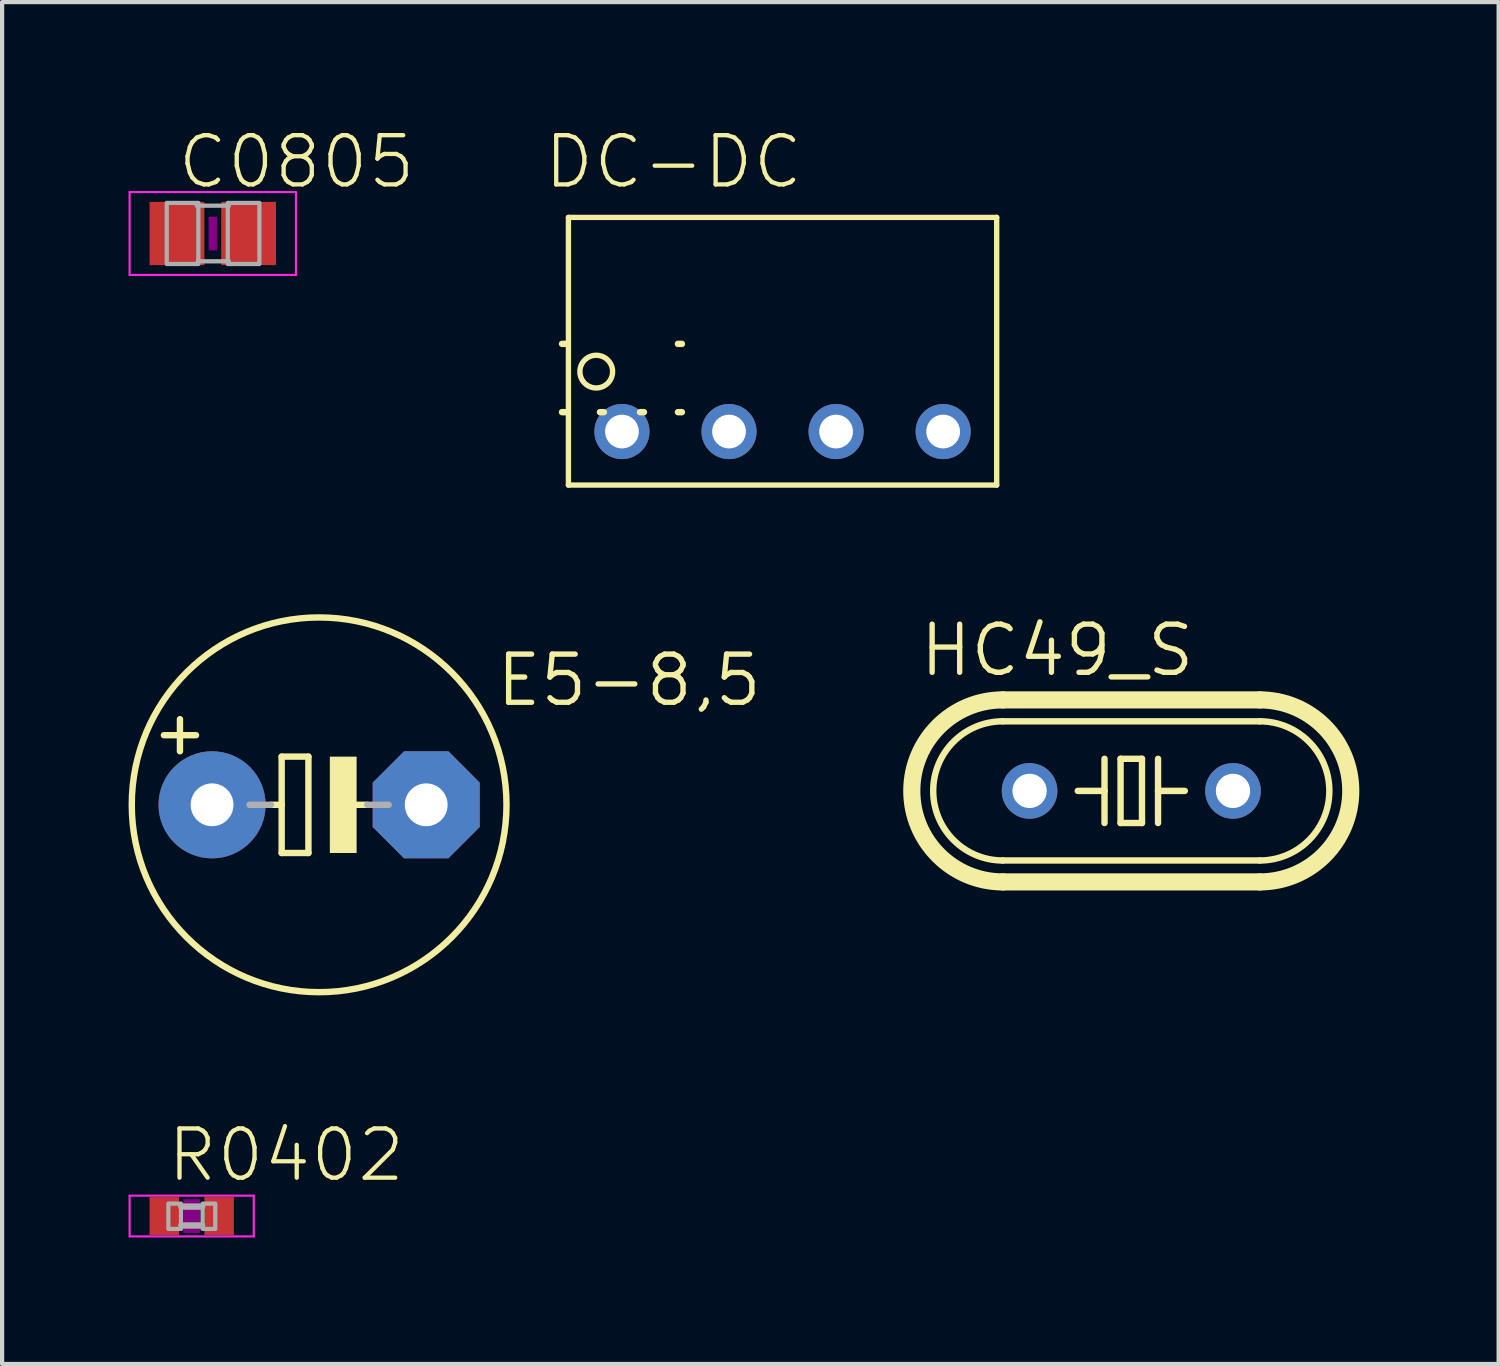
<source format=kicad_pcb>
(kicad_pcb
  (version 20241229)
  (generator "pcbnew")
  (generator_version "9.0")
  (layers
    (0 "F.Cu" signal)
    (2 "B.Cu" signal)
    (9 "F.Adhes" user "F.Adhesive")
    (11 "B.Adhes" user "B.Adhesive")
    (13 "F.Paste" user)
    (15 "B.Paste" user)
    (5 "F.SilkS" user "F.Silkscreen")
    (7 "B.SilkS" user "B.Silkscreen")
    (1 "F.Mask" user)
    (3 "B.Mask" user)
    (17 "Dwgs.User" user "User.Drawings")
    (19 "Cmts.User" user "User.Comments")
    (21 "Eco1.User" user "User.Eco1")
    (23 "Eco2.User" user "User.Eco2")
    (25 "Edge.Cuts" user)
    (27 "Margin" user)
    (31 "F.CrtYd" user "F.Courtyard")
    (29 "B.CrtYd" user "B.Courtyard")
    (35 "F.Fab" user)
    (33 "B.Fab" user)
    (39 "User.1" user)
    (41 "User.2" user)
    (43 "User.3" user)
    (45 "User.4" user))
  (footprint "DC-DC"
    (layer "F.Cu")
    (at 11.705 5.918)
    (property "Reference" "DC-DC" (at -1.905 -4.445 0) (unlocked yes) (layer "F.SilkS") (effects (font (size 1.168 1.168) (thickness 0.102)) (justify left bottom)))
    (fp_line (start -1.422 -0.81) (end -1.328 -0.81) (stroke (width 0.152) (type solid)) (layer "F.SilkS"))
    (fp_line (start -1.328 0.81) (end -1.422 0.81) (stroke (width 0.152) (type solid)) (layer "F.SilkS"))
    (fp_line (start -1.27 -3.81) (end 8.89 -3.81) (stroke (width 0.127) (type solid)) (layer "F.SilkS"))
    (fp_line (start -1.27 2.54) (end -1.27 -3.81) (stroke (width 0.127) (type solid)) (layer "F.SilkS"))
    (fp_line (start -1.27 2.54) (end 8.89 2.54) (stroke (width 0.127) (type solid)) (layer "F.SilkS"))
    (fp_line (start -0.428 0.81) (end -0.522 0.81) (stroke (width 0.152) (type solid)) (layer "F.SilkS"))
    (fp_line (start 0.522 0.81) (end 0.428 0.81) (stroke (width 0.152) (type solid)) (layer "F.SilkS"))
    (fp_line (start 1.328 -0.81) (end 1.422 -0.81) (stroke (width 0.152) (type solid)) (layer "F.SilkS"))
    (fp_line (start 1.422 0.81) (end 1.328 0.81) (stroke (width 0.152) (type solid)) (layer "F.SilkS"))
    (fp_line (start 8.89 -3.81) (end 8.89 2.54) (stroke (width 0.127) (type solid)) (layer "F.SilkS"))
    (fp_circle (center -0.61 -0.152) (end -0.222 -0.152) (stroke (width 0.127) (type solid)) (fill no) (layer "F.SilkS"))
    (pad "1-GND" thru_hole circle (at 0 1.27) (size 1.308 1.308) (drill 0.8) (layers "*.Cu" "*.Mask"))
    (pad "2-VIN" thru_hole circle (at 2.54 1.27) (size 1.308 1.308) (drill 0.8) (layers "*.Cu" "*.Mask"))
    (pad "3-0V" thru_hole circle (at 5.08 1.27) (size 1.308 1.308) (drill 0.8) (layers "*.Cu" "*.Mask"))
    (pad "4-VO" thru_hole circle (at 7.62 1.27) (size 1.308 1.308) (drill 0.8) (layers "*.Cu" "*.Mask")))
  (footprint "HC49_S"
    (layer "F.Cu")
    (at 23.788 15.713)
    (property "Reference" "HC49_S" (at -5.08 -2.667 0) (unlocked yes) (layer "F.SilkS") (effects (font (size 1.143 1.143) (thickness 0.127)) (justify left bottom)))
    (fp_line (start -3.048 -2.159) (end 3.048 -2.159) (stroke (width 0.406) (type solid)) (layer "F.SilkS"))
    (fp_line (start -3.048 1.651) (end 3.048 1.651) (stroke (width 0.152) (type solid)) (layer "F.SilkS"))
    (fp_line (start -3.048 2.159) (end 3.048 2.159) (stroke (width 0.406) (type solid)) (layer "F.SilkS"))
    (fp_line (start -0.635 -0.762) (end -0.635 0) (stroke (width 0.152) (type solid)) (layer "F.SilkS"))
    (fp_line (start -0.635 0) (end -1.27 0) (stroke (width 0.152) (type solid)) (layer "F.SilkS"))
    (fp_line (start -0.635 0) (end -0.635 0.762) (stroke (width 0.152) (type solid)) (layer "F.SilkS"))
    (fp_line (start -0.254 -0.762) (end 0.254 -0.762) (stroke (width 0.152) (type solid)) (layer "F.SilkS"))
    (fp_line (start -0.254 0.762) (end -0.254 -0.762) (stroke (width 0.152) (type solid)) (layer "F.SilkS"))
    (fp_line (start 0.254 -0.762) (end 0.254 0.762) (stroke (width 0.152) (type solid)) (layer "F.SilkS"))
    (fp_line (start 0.254 0.762) (end -0.254 0.762) (stroke (width 0.152) (type solid)) (layer "F.SilkS"))
    (fp_line (start 0.635 -0.762) (end 0.635 0) (stroke (width 0.152) (type solid)) (layer "F.SilkS"))
    (fp_line (start 0.635 0) (end 0.635 0.762) (stroke (width 0.152) (type solid)) (layer "F.SilkS"))
    (fp_line (start 0.635 0) (end 1.27 0) (stroke (width 0.152) (type solid)) (layer "F.SilkS"))
    (fp_line (start 3.048 -1.651) (end -3.048 -1.651) (stroke (width 0.152) (type solid)) (layer "F.SilkS"))
    (fp_arc (start -3.048 1.651) (mid -4.699 0) (end -3.048 -1.651) (stroke (width 0.1524) (type solid)) (layer "F.SilkS"))
    (fp_arc (start -3.048 2.159) (mid -5.207 0) (end -3.048 -2.159) (stroke (width 0.4064) (type solid)) (layer "F.SilkS"))
    (fp_arc (start 3.048 -2.159) (mid 5.207 0) (end 3.048 2.159) (stroke (width 0.4064) (type solid)) (layer "F.SilkS"))
    (fp_arc (start 3.048 -1.651) (mid 4.699 0) (end 3.048 1.651) (stroke (width 0.1524) (type solid)) (layer "F.SilkS"))
    (pad "1" thru_hole circle (at -2.413 0) (size 1.321 1.321) (drill 0.813) (layers "*.Cu" "*.Mask"))
    (pad "2" thru_hole circle (at 2.413 0) (size 1.321 1.321) (drill 0.813) (layers "*.Cu" "*.Mask"))
    (zone (net_name "") (layers "F.Cu" "B.Cu") (hatch edge 0.5) (connect_pads) (min_thickness 0.25) (filled_areas_thickness no) (keepout (tracks allowed) (vias not_allowed) (pads allowed) (copperpour allowed) (footprints allowed)) (placement (enabled no)) (fill) (polygon (pts (xy 18.073 16.983) (xy 18.708 16.983) (xy 18.708 14.443) (xy 18.073 14.443))))
    (zone (net_name "") (layers "F.Cu" "B.Cu") (hatch edge 0.5) (connect_pads) (min_thickness 0.25) (filled_areas_thickness no) (keepout (tracks allowed) (vias not_allowed) (pads allowed) (copperpour allowed) (footprints allowed)) (placement (enabled no)) (fill) (polygon (pts (xy 18.708 17.618) (xy 19.343 17.618) (xy 19.343 13.808) (xy 18.708 13.808))))
    (zone (net_name "") (layers "F.Cu" "B.Cu") (hatch edge 0.5) (connect_pads) (min_thickness 0.25) (filled_areas_thickness no) (keepout (tracks allowed) (vias not_allowed) (pads allowed) (copperpour allowed) (footprints allowed)) (placement (enabled no)) (fill) (polygon (pts (xy 19.343 18.253) (xy 28.233 18.253) (xy 28.233 13.173) (xy 19.343 13.173))))
    (zone (net_name "") (layers "F.Cu" "B.Cu") (hatch edge 0.5) (connect_pads) (min_thickness 0.25) (filled_areas_thickness no) (keepout (tracks allowed) (vias not_allowed) (pads allowed) (copperpour allowed) (footprints allowed)) (placement (enabled no)) (fill) (polygon (pts (xy 28.233 17.618) (xy 28.868 17.618) (xy 28.868 13.808) (xy 28.233 13.808))))
    (zone (net_name "") (layers "F.Cu" "B.Cu") (hatch edge 0.5) (connect_pads) (min_thickness 0.25) (filled_areas_thickness no) (keepout (tracks allowed) (vias not_allowed) (pads allowed) (copperpour allowed) (footprints allowed)) (placement (enabled no)) (fill) (polygon (pts (xy 28.868 16.983) (xy 29.503 16.983) (xy 29.503 14.443) (xy 28.868 14.443)))))
  (footprint "E5-8,5"
    (layer "F.Cu")
    (at 4.521 16.043)
    (property "Reference" "E5-8,5" (at 4.14 -2.286 0) (unlocked yes) (layer "F.SilkS") (effects (font (size 1.143 1.143) (thickness 0.127)) (justify left bottom)))
    (fp_line (start -3.683 -1.651) (end -2.921 -1.651) (stroke (width 0.152) (type solid)) (layer "F.SilkS"))
    (fp_line (start -3.302 -2.032) (end -3.302 -1.27) (stroke (width 0.152) (type solid)) (layer "F.SilkS"))
    (fp_line (start -1.143 0) (end -0.889 0) (stroke (width 0.152) (type solid)) (layer "F.SilkS"))
    (fp_line (start -0.889 -1.143) (end -0.889 0) (stroke (width 0.152) (type solid)) (layer "F.SilkS"))
    (fp_line (start -0.889 0) (end -0.889 1.143) (stroke (width 0.152) (type solid)) (layer "F.SilkS"))
    (fp_line (start -0.889 1.143) (end -0.254 1.143) (stroke (width 0.152) (type solid)) (layer "F.SilkS"))
    (fp_line (start -0.254 -1.143) (end -0.889 -1.143) (stroke (width 0.152) (type solid)) (layer "F.SilkS"))
    (fp_line (start -0.254 1.143) (end -0.254 -1.143) (stroke (width 0.152) (type solid)) (layer "F.SilkS"))
    (fp_line (start 0.635 0) (end 1.143 0) (stroke (width 0.152) (type solid)) (layer "F.SilkS"))
    (fp_circle (center 0 0) (end 4.445 0) (stroke (width 0.152) (type solid)) (fill no) (layer "F.SilkS"))
    (fp_poly (pts (xy 0.254 1.143) (xy 0.889 1.143) (xy 0.889 -1.143) (xy 0.254 -1.143)) (stroke (width 0) (type default)) (fill yes) (layer "F.SilkS"))
    (fp_line (start -1.651 0) (end -1.143 0) (stroke (width 0.152) (type solid)) (layer "F.Fab"))
    (fp_line (start 1.143 0) (end 1.651 0) (stroke (width 0.152) (type solid)) (layer "F.Fab"))
    (pad "+" thru_hole circle (at -2.54 0) (size 2.54 2.54) (drill 1.016) (layers "*.Cu" "*.Mask"))
    (pad "-" thru_hole roundrect (at 2.54 0) (size 2.54 2.54) (drill 1.016) (layers "*.Cu" "*.Mask") (roundrect_rratio 0.25) (chamfer_ratio 0.293) (chamfer top_left top_right bottom_left bottom_right)))
  (footprint "C0805"
    (layer "F.Cu")
    (at 1.998 2.489)
    (property "Reference" "C0805" (at -0.889 -1.016 0) (unlocked yes) (layer "F.SilkS") (effects (font (size 1.168 1.168) (thickness 0.102)) (justify left bottom)))
    (fp_poly (pts (xy -0.1 0.4) (xy 0.1 0.4) (xy 0.1 -0.4) (xy -0.1 -0.4)) (stroke (width 0) (type default)) (fill yes) (layer "F.Adhes"))
    (fp_line (start -1.973 -0.983) (end 1.973 -0.983) (stroke (width 0.051) (type solid)) (layer "F.CrtYd"))
    (fp_line (start -1.973 0.983) (end -1.973 -0.983) (stroke (width 0.051) (type solid)) (layer "F.CrtYd"))
    (fp_line (start 1.973 -0.983) (end 1.973 0.983) (stroke (width 0.051) (type solid)) (layer "F.CrtYd"))
    (fp_line (start 1.973 0.983) (end -1.973 0.983) (stroke (width 0.051) (type solid)) (layer "F.CrtYd"))
    (fp_line (start -0.381 -0.66) (end 0.381 -0.66) (stroke (width 0.102) (type solid)) (layer "F.Fab"))
    (fp_line (start -0.356 0.66) (end 0.381 0.66) (stroke (width 0.102) (type solid)) (layer "F.Fab"))
    (fp_poly (pts (xy -1.092 0.724) (xy -0.342 0.724) (xy -0.342 -0.726) (xy -1.092 -0.726)) (stroke (width 0.1) (type default)) (fill no) (layer "F.Fab"))
    (fp_poly (pts (xy 0.356 0.724) (xy 1.106 0.724) (xy 1.106 -0.726) (xy 0.356 -0.726)) (stroke (width 0.1) (type default)) (fill no) (layer "F.Fab"))
    (pad "1" smd rect (at -0.85 0) (size 1.3 1.5) (layers "F.Cu" "F.Mask" "F.Paste"))
    (pad "2" smd rect (at 0.85 0) (size 1.3 1.5) (layers "F.Cu" "F.Mask" "F.Paste")))
  (footprint "R0402"
    (layer "F.Cu")
    (at 1.498 25.799)
    (property "Reference" "R0402" (at -0.635 -0.762 0) (unlocked yes) (layer "F.SilkS") (effects (font (size 1.168 1.168) (thickness 0.102)) (justify left bottom)))
    (fp_poly (pts (xy -0.2 0.4) (xy 0.2 0.4) (xy 0.2 -0.4) (xy -0.2 -0.4)) (stroke (width 0) (type default)) (fill yes) (layer "F.Adhes"))
    (fp_line (start -1.473 -0.483) (end 1.473 -0.483) (stroke (width 0.051) (type solid)) (layer "F.CrtYd"))
    (fp_line (start -1.473 0.483) (end -1.473 -0.483) (stroke (width 0.051) (type solid)) (layer "F.CrtYd"))
    (fp_line (start 1.473 -0.483) (end 1.473 0.483) (stroke (width 0.051) (type solid)) (layer "F.CrtYd"))
    (fp_line (start 1.473 0.483) (end -1.473 0.483) (stroke (width 0.051) (type solid)) (layer "F.CrtYd"))
    (fp_line (start -0.245 -0.224) (end 0.245 -0.224) (stroke (width 0.152) (type solid)) (layer "F.Fab"))
    (fp_line (start 0.245 0.224) (end -0.245 0.224) (stroke (width 0.152) (type solid)) (layer "F.Fab"))
    (fp_poly (pts (xy -0.554 0.305) (xy -0.254 0.305) (xy -0.254 -0.295) (xy -0.554 -0.295)) (stroke (width 0.1) (type default)) (fill no) (layer "F.Fab"))
    (fp_poly (pts (xy 0.259 0.305) (xy 0.559 0.305) (xy 0.559 -0.295) (xy 0.259 -0.295)) (stroke (width 0.1) (type default)) (fill no) (layer "F.Fab"))
    (pad "1" smd rect (at -0.65 0) (size 0.7 0.9) (layers "F.Cu" "F.Mask" "F.Paste"))
    (pad "2" smd rect (at 0.65 0) (size 0.7 0.9) (layers "F.Cu" "F.Mask" "F.Paste")))
  (gr_rect
    (start -3 -3)
    (end 32.503 29.308)
    (stroke (width 0.1) (type default))
    (fill no)
    (layer "Edge.Cuts")))
</source>
